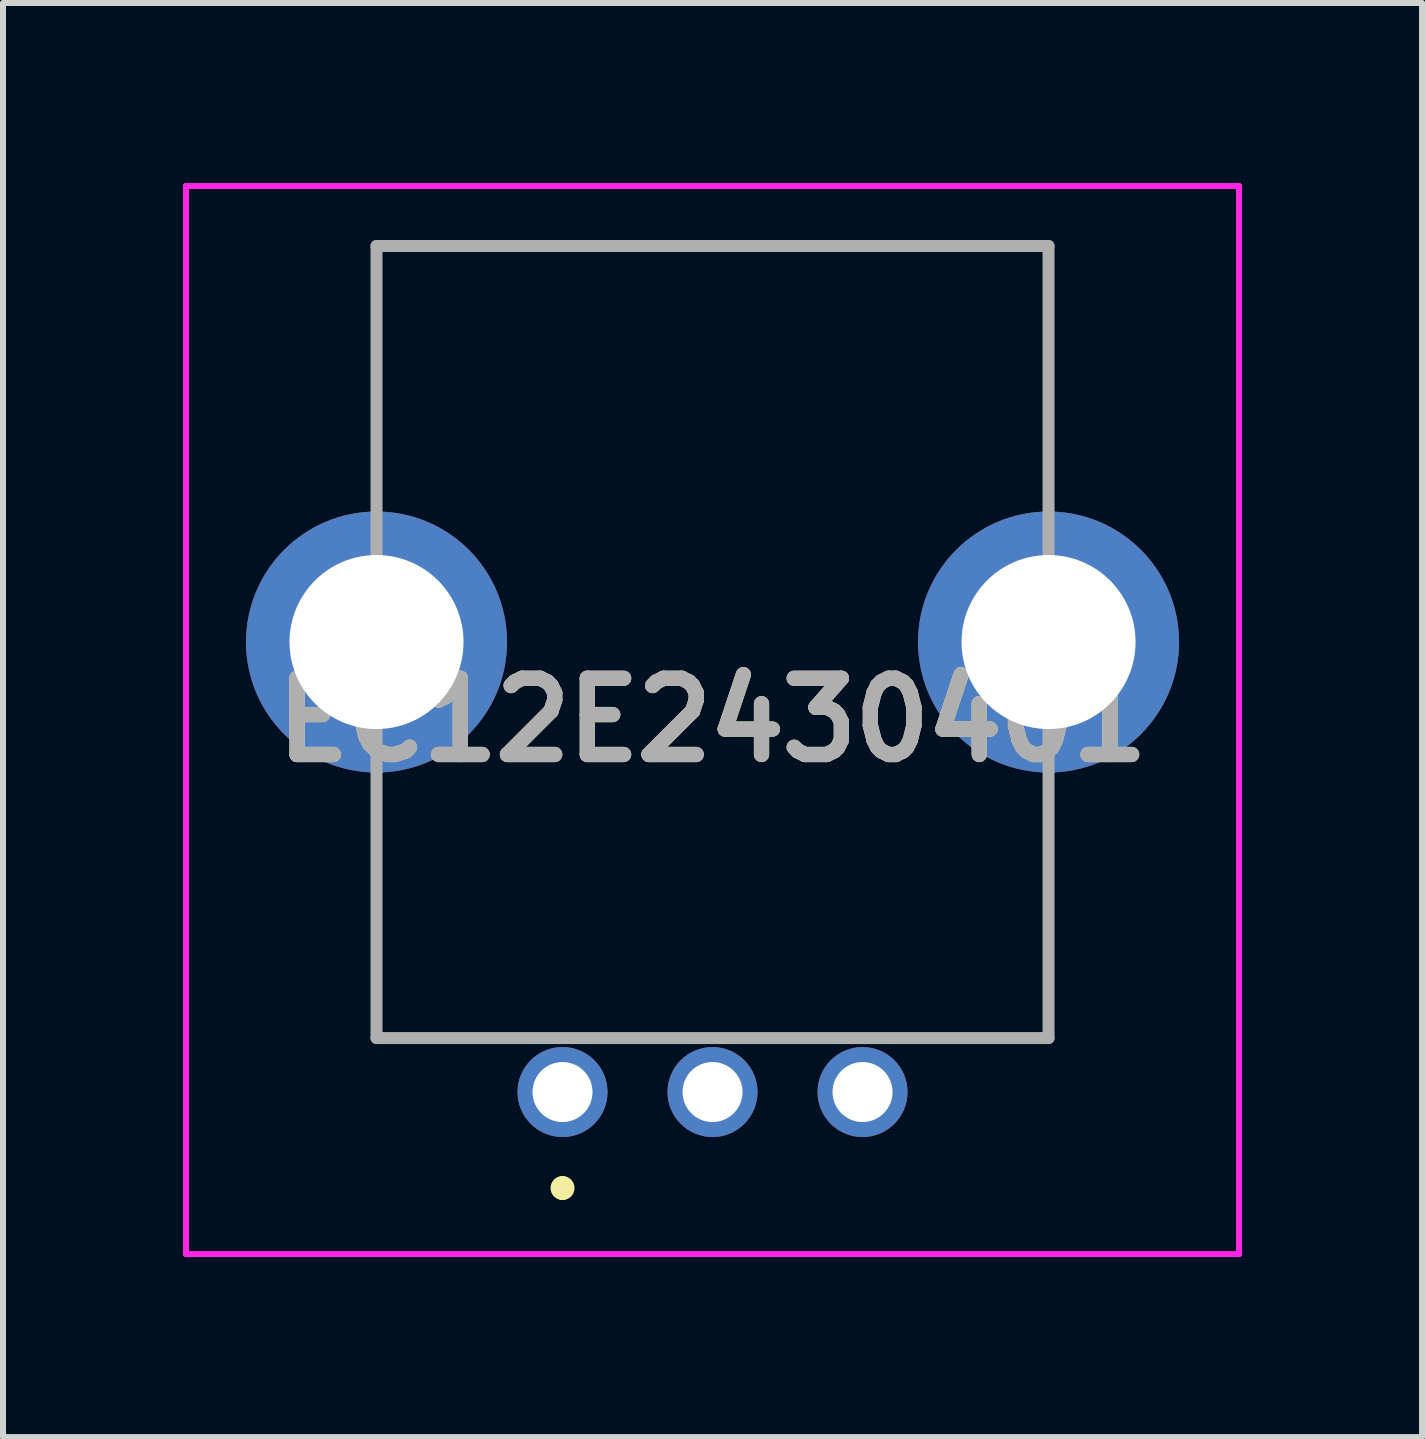
<source format=kicad_pcb>
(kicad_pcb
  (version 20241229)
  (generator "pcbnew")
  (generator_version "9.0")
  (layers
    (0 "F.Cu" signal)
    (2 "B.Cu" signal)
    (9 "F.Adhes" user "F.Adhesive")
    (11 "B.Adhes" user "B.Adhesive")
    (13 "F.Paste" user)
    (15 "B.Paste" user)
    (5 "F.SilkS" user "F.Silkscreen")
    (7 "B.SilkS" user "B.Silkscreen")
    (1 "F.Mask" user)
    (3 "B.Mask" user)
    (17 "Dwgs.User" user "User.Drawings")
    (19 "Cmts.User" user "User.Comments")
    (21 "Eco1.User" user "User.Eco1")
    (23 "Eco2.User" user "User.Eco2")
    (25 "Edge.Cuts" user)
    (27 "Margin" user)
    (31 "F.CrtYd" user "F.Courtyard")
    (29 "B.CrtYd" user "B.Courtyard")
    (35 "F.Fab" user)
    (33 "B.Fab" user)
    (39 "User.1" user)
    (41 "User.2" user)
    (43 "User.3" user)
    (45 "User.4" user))
  (footprint "EC12E2430401"
    (layer "F.Cu")
    (at 6.325 15.15)
    (property "Reference" "EC12E2430401" (at 2.5 -6.2 0) (layer "F.SilkS") (effects (font (size 1.27 1.27) (thickness 0.254))))
    (attr through_hole)
    (fp_line (start -3.1 -14.1) (end 8.1 -14.1) (stroke (width 0.1) (type solid)) (layer "F.SilkS"))
    (fp_line (start -3.1 -10.5) (end -3.1 -14.1) (stroke (width 0.1) (type solid)) (layer "F.SilkS"))
    (fp_line (start -3.1 -5) (end -3.1 -0.9) (stroke (width 0.1) (type solid)) (layer "F.SilkS"))
    (fp_line (start -3.1 -0.9) (end -1.4 -0.9) (stroke (width 0.1) (type solid)) (layer "F.SilkS"))
    (fp_line (start 0 1.5) (end 0 1.5) (stroke (width 0.2) (type solid)) (layer "F.SilkS"))
    (fp_line (start 0 1.7) (end 0 1.7) (stroke (width 0.2) (type solid)) (layer "F.SilkS"))
    (fp_line (start 8.1 -14.1) (end 8.1 -10.5) (stroke (width 0.1) (type solid)) (layer "F.SilkS"))
    (fp_line (start 8.1 -5) (end 8.1 -0.9) (stroke (width 0.1) (type solid)) (layer "F.SilkS"))
    (fp_line (start 8.1 -0.9) (end 6.1 -0.9) (stroke (width 0.1) (type solid)) (layer "F.SilkS"))
    (fp_arc (start 0 1.5) (mid 0.1 1.6) (end 0 1.7) (stroke (width 0.2) (type solid)) (layer "F.SilkS"))
    (fp_arc (start 0 1.7) (mid -0.1 1.6) (end 0 1.5) (stroke (width 0.2) (type solid)) (layer "F.SilkS"))
    (fp_line (start -6.275 -15.1) (end 11.275 -15.1) (stroke (width 0.1) (type solid)) (layer "F.CrtYd"))
    (fp_line (start -6.275 2.7) (end -6.275 -15.1) (stroke (width 0.1) (type solid)) (layer "F.CrtYd"))
    (fp_line (start 11.275 -15.1) (end 11.275 2.7) (stroke (width 0.1) (type solid)) (layer "F.CrtYd"))
    (fp_line (start 11.275 2.7) (end -6.275 2.7) (stroke (width 0.1) (type solid)) (layer "F.CrtYd"))
    (fp_line (start -3.1 -14.1) (end 8.1 -14.1) (stroke (width 0.2) (type solid)) (layer "F.Fab"))
    (fp_line (start -3.1 -0.9) (end -3.1 -14.1) (stroke (width 0.2) (type solid)) (layer "F.Fab"))
    (fp_line (start 8.1 -14.1) (end 8.1 -0.9) (stroke (width 0.2) (type solid)) (layer "F.Fab"))
    (fp_line (start 8.1 -0.9) (end -3.1 -0.9) (stroke (width 0.2) (type solid)) (layer "F.Fab"))
    (fp_text user "${REFERENCE}" (at 2.5 -6.2 0) (layer "F.Fab") (effects (font (size 1.27 1.27) (thickness 0.254))))
    (pad "A1" thru_hole circle (at 0 0) (size 1.5 1.5) (drill 1) (layers "*.Cu" "*.Mask"))
    (pad "B1" thru_hole circle (at 5 0) (size 1.5 1.5) (drill 1) (layers "*.Cu" "*.Mask"))
    (pad "C1" thru_hole circle (at 2.5 0) (size 1.5 1.5) (drill 1) (layers "*.Cu" "*.Mask"))
    (pad "MH1" thru_hole circle (at -3.1 -7.5) (size 4.35 4.35) (drill 2.9) (layers "*.Cu" "*.Mask"))
    (pad "MH2" thru_hole circle (at 8.1 -7.5) (size 4.35 4.35) (drill 2.9) (layers "*.Cu" "*.Mask")))
  (gr_rect
    (start -3 -3)
    (end 20.65 20.9)
    (stroke (width 0.1) (type default))
    (fill no)
    (layer "Edge.Cuts")))
</source>
